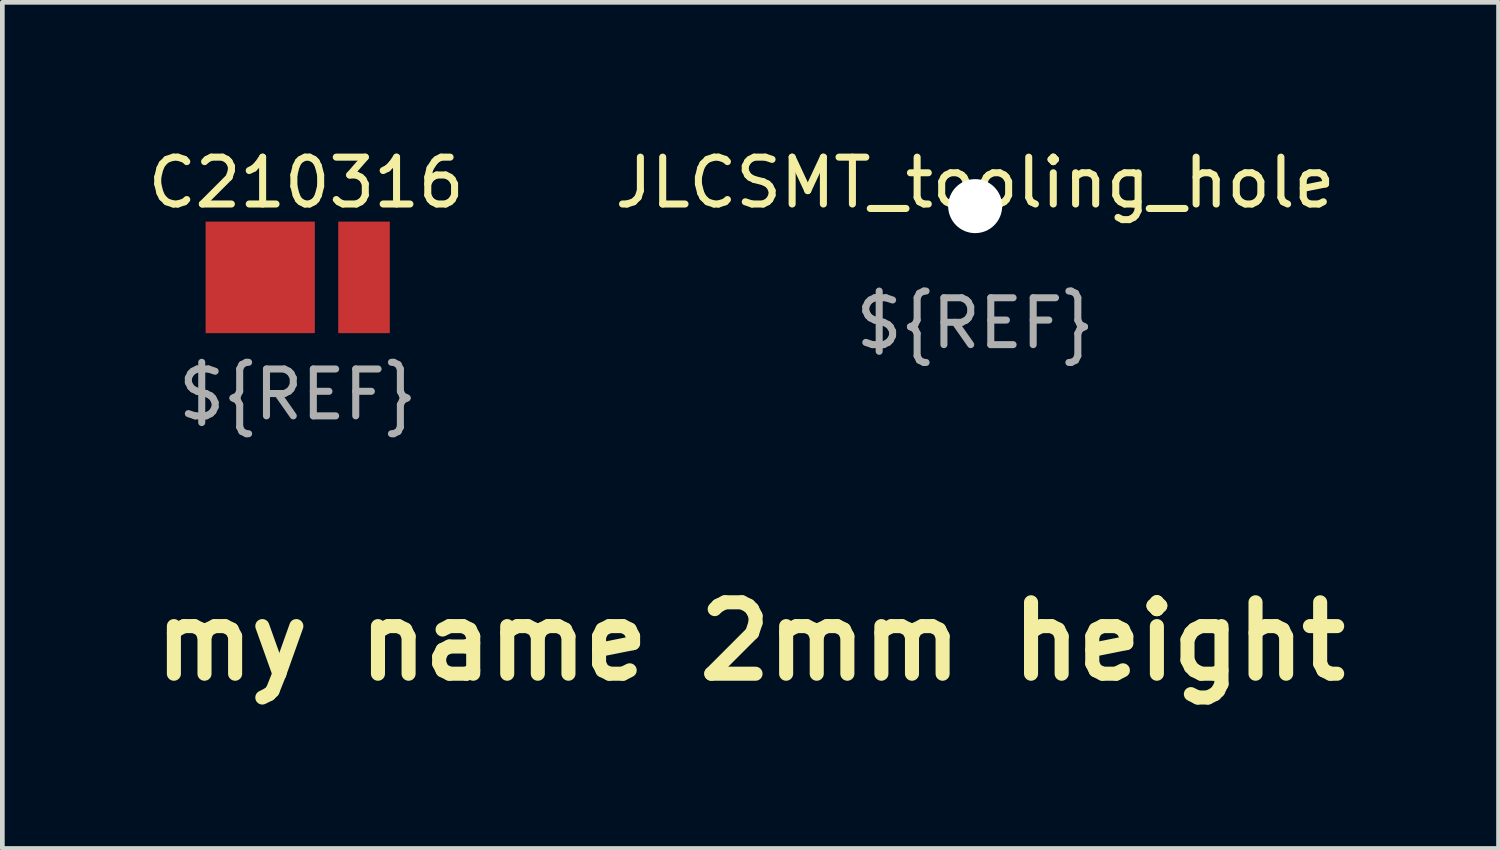
<source format=kicad_pcb>
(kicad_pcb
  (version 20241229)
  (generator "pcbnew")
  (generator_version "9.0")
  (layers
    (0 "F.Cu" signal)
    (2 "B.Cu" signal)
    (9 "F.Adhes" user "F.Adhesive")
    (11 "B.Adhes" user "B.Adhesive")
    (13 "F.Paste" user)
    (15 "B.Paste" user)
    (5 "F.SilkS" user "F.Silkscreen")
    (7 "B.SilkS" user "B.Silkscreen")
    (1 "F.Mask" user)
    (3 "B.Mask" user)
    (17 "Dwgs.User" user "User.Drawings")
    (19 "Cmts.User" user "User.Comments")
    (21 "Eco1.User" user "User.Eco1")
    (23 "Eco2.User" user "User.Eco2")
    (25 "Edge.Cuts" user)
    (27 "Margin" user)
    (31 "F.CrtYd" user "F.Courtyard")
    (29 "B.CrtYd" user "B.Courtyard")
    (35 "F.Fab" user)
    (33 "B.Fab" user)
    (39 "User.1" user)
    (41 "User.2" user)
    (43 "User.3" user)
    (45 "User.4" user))
  (footprint "JLCSMT_tooling_hole"
    (layer "F.Cu")
    (at 17.756 1.348)
    (property "Reference" "JLCSMT_tooling_hole" (at 0 -0.5 0) (unlocked yes) (layer "F.SilkS") (effects (font (size 1 1) (thickness 0.15))))
    (fp_text user "${REF}" (at 0 2.5 0) (unlocked yes) (layer "F.Fab") (effects (font (size 1 1) (thickness 0.15))))
    (pad "" np_thru_hole circle (at 0 0) (size 1.152 1.152) (drill 1.152) (layers "*.Cu" "*.Mask")))
  (footprint "my name 2mm height"
    (layer "F.Cu")
    (at 12.961 10.635)
    (property "Reference" "my name 2mm height" (at 0 0 0) (layer "F.SilkS") (effects (font (size 1.524 1.524) (thickness 0.3))))
    (attr board_only exclude_from_pos_files exclude_from_bom)
    (fp_poly (pts (xy -2.506 -0.989) (xy -2.451 -0.973) (xy -2.415 -0.947) (xy -2.398 -0.914) (xy -2.396 -0.874) (xy -2.403 -0.818) (xy -2.42 -0.747) (xy -2.445 -0.664) (xy -2.476 -0.572) (xy -2.514 -0.473) (xy -2.556 -0.369) (xy -2.602 -0.263) (xy -2.651 -0.158) (xy -2.702 -0.056) (xy -2.753 0.041) (xy -2.805 0.129) (xy -2.827 0.165) (xy -2.939 0.327) (xy -3.053 0.468) (xy -3.172 0.591) (xy -3.297 0.698) (xy -3.431 0.791) (xy -3.576 0.871) (xy -3.591 0.878) (xy -3.701 0.926) (xy -3.808 0.96) (xy -3.92 0.982) (xy -4.043 0.993) (xy -4.091 0.995) (xy -4.152 0.996) (xy -4.206 0.996) (xy -4.25 0.995) (xy -4.277 0.994) (xy -4.282 0.993) (xy -4.375 0.968) (xy -4.453 0.931) (xy -4.513 0.884) (xy -4.553 0.828) (xy -4.572 0.768) (xy -4.572 0.701) (xy -4.555 0.63) (xy -4.522 0.558) (xy -4.474 0.487) (xy -4.415 0.421) (xy -4.344 0.362) (xy -4.264 0.312) (xy -4.246 0.303) (xy -4.149 0.264) (xy -4.049 0.239) (xy -3.952 0.228) (xy -3.892 0.23) (xy -3.851 0.236) (xy -3.805 0.245) (xy -3.758 0.257) (xy -3.716 0.269) (xy -3.685 0.281) (xy -3.671 0.29) (xy -3.679 0.294) (xy -3.704 0.297) (xy -3.741 0.299) (xy -3.744 0.299) (xy -3.785 0.301) (xy -3.82 0.307) (xy -3.856 0.319) (xy -3.901 0.339) (xy -3.918 0.348) (xy -4 0.396) (xy -4.075 0.456) (xy -4.14 0.523) (xy -4.193 0.595) (xy -4.231 0.668) (xy -4.251 0.739) (xy -4.253 0.771) (xy -4.247 0.824) (xy -4.227 0.861) (xy -4.19 0.885) (xy -4.135 0.896) (xy -4.13 0.897) (xy -4.033 0.894) (xy -3.933 0.868) (xy -3.831 0.821) (xy -3.726 0.752) (xy -3.619 0.662) (xy -3.511 0.55) (xy -3.4 0.417) (xy -3.289 0.263) (xy -3.176 0.088) (xy -3.061 -0.107) (xy -3.041 -0.143) (xy -3.013 -0.197) (xy -2.98 -0.261) (xy -2.944 -0.332) (xy -2.906 -0.409) (xy -2.868 -0.488) (xy -2.831 -0.567) (xy -2.795 -0.643) (xy -2.763 -0.714) (xy -2.735 -0.777) (xy -2.713 -0.829) (xy -2.697 -0.868) (xy -2.69 -0.89) (xy -2.69 -0.895) (xy -2.704 -0.896) (xy -2.734 -0.89) (xy -2.777 -0.879) (xy -2.827 -0.864) (xy -2.88 -0.847) (xy -2.931 -0.829) (xy -2.977 -0.811) (xy -3.006 -0.798) (xy -3.107 -0.738) (xy -3.19 -0.667) (xy -3.256 -0.588) (xy -3.302 -0.501) (xy -3.328 -0.408) (xy -3.334 -0.312) (xy -3.318 -0.213) (xy -3.298 -0.152) (xy -3.284 -0.116) (xy -3.274 -0.089) (xy -3.271 -0.077) (xy -3.281 -0.075) (xy -3.307 -0.076) (xy -3.335 -0.079) (xy -3.443 -0.1) (xy -3.536 -0.132) (xy -3.612 -0.176) (xy -3.67 -0.231) (xy -3.705 -0.286) (xy -3.725 -0.345) (xy -3.73 -0.402) (xy -3.717 -0.46) (xy -3.686 -0.524) (xy -3.663 -0.561) (xy -3.6 -0.637) (xy -3.517 -0.708) (xy -3.416 -0.773) (xy -3.299 -0.832) (xy -3.167 -0.883) (xy -3.023 -0.927) (xy -2.87 -0.961) (xy -2.707 -0.985) (xy -2.673 -0.989) (xy -2.58 -0.994)) (stroke (width 0.1) (type solid)) (fill no) (layer "Eco1.User"))
    (fp_poly (pts (xy 1.943 -0.997) (xy 2.008 -0.981) (xy 2.059 -0.951) (xy 2.094 -0.911) (xy 2.112 -0.863) (xy 2.113 -0.845) (xy 2.111 -0.829) (xy 2.105 -0.805) (xy 2.095 -0.772) (xy 2.08 -0.729) (xy 2.06 -0.675) (xy 2.033 -0.608) (xy 1.999 -0.527) (xy 1.958 -0.43) (xy 1.909 -0.316) (xy 1.852 -0.183) (xy 1.829 -0.129) (xy 1.753 0.048) (xy 1.684 0.207) (xy 1.623 0.348) (xy 1.571 0.47) (xy 1.527 0.572) (xy 1.491 0.656) (xy 1.464 0.72) (xy 1.445 0.764) (xy 1.436 0.787) (xy 1.435 0.79) (xy 1.428 0.802) (xy 1.413 0.807) (xy 1.386 0.806) (xy 1.363 0.804) (xy 1.264 0.784) (xy 1.182 0.751) (xy 1.116 0.703) (xy 1.067 0.644) (xy 1.042 0.594) (xy 1.016 0.526) (xy 0.99 0.443) (xy 0.964 0.348) (xy 0.94 0.244) (xy 0.917 0.136) (xy 0.898 0.027) (xy 0.882 -0.08) (xy 0.871 -0.181) (xy 0.865 -0.272) (xy 0.864 -0.303) (xy 0.864 -0.355) (xy 0.862 -0.388) (xy 0.86 -0.404) (xy 0.855 -0.407) (xy 0.848 -0.4) (xy 0.843 -0.393) (xy 0.834 -0.378) (xy 0.816 -0.345) (xy 0.79 -0.296) (xy 0.756 -0.232) (xy 0.717 -0.156) (xy 0.672 -0.069) (xy 0.623 0.026) (xy 0.571 0.128) (xy 0.533 0.202) (xy 0.479 0.308) (xy 0.428 0.408) (xy 0.38 0.5) (xy 0.337 0.584) (xy 0.3 0.656) (xy 0.269 0.715) (xy 0.246 0.759) (xy 0.232 0.787) (xy 0.227 0.795) (xy 0.204 0.814) (xy 0.169 0.82) (xy 0.118 0.811) (xy 0.083 0.8) (xy 0.023 0.775) (xy -0.02 0.747) (xy -0.051 0.713) (xy -0.057 0.705) (xy -0.071 0.677) (xy -0.078 0.651) (xy -0.078 0.622) (xy -0.068 0.588) (xy -0.049 0.545) (xy -0.018 0.49) (xy 0.023 0.419) (xy 0.026 0.414) (xy 0.097 0.298) (xy 0.174 0.174) (xy 0.254 0.045) (xy 0.336 -0.087) (xy 0.42 -0.219) (xy 0.502 -0.35) (xy 0.583 -0.476) (xy 0.66 -0.596) (xy 0.732 -0.706) (xy 0.797 -0.806) (xy 0.855 -0.893) (xy 0.903 -0.964) (xy 0.924 -0.994) (xy 0.94 -0.999) (xy 0.968 -0.993) (xy 1.003 -0.98) (xy 1.038 -0.96) (xy 1.063 -0.942) (xy 1.081 -0.926) (xy 1.096 -0.911) (xy 1.108 -0.896) (xy 1.118 -0.878) (xy 1.126 -0.855) (xy 1.132 -0.824) (xy 1.137 -0.785) (xy 1.14 -0.733) (xy 1.142 -0.668) (xy 1.144 -0.588) (xy 1.146 -0.489) (xy 1.148 -0.37) (xy 1.148 -0.36) (xy 1.15 -0.22) (xy 1.153 -0.101) (xy 1.156 0.001) (xy 1.16 0.088) (xy 1.164 0.162) (xy 1.17 0.225) (xy 1.176 0.282) (xy 1.184 0.332) (xy 1.193 0.38) (xy 1.193 0.382) (xy 1.206 0.444) (xy 1.269 0.315) (xy 1.289 0.273) (xy 1.317 0.215) (xy 1.351 0.143) (xy 1.389 0.061) (xy 1.431 -0.027) (xy 1.474 -0.119) (xy 1.505 -0.186) (xy 1.551 -0.283) (xy 1.599 -0.385) (xy 1.648 -0.487) (xy 1.694 -0.585) (xy 1.737 -0.673) (xy 1.774 -0.748) (xy 1.79 -0.78) (xy 1.901 -1.003)) (stroke (width 0.1) (type solid)) (fill no) (layer "Eco1.User"))
    (fp_poly (pts (xy -1.886 -0.296) (xy -1.824 -0.274) (xy -1.778 -0.236) (xy -1.748 -0.182) (xy -1.734 -0.114) (xy -1.736 -0.033) (xy -1.756 0.057) (xy -1.791 0.152) (xy -1.842 0.247) (xy -1.869 0.289) (xy -1.891 0.324) (xy -1.898 0.343) (xy -1.893 0.348) (xy -1.863 0.341) (xy -1.821 0.318) (xy -1.769 0.283) (xy -1.717 0.242) (xy -1.686 0.216) (xy -1.662 0.192) (xy -1.641 0.166) (xy -1.62 0.133) (xy -1.596 0.088) (xy -1.566 0.031) (xy -1.52 -0.062) (xy -1.48 -0.136) (xy -1.447 -0.194) (xy -1.417 -0.237) (xy -1.39 -0.268) (xy -1.363 -0.287) (xy -1.334 -0.298) (xy -1.302 -0.302) (xy -1.265 -0.302) (xy -1.258 -0.301) (xy -1.22 -0.296) (xy -1.189 -0.289) (xy -1.176 -0.283) (xy -1.171 -0.278) (xy -1.167 -0.274) (xy -1.166 -0.267) (xy -1.168 -0.255) (xy -1.175 -0.235) (xy -1.186 -0.205) (xy -1.203 -0.163) (xy -1.227 -0.105) (xy -1.259 -0.03) (xy -1.268 -0.007) (xy -1.315 0.103) (xy -1.162 -0.043) (xy -1.108 -0.094) (xy -1.053 -0.144) (xy -1.001 -0.188) (xy -0.958 -0.224) (xy -0.932 -0.243) (xy -0.89 -0.27) (xy -0.858 -0.287) (xy -0.829 -0.295) (xy -0.799 -0.297) (xy -0.759 -0.295) (xy -0.732 -0.284) (xy -0.713 -0.27) (xy -0.697 -0.252) (xy -0.688 -0.234) (xy -0.686 -0.209) (xy -0.689 -0.173) (xy -0.69 -0.153) (xy -0.693 -0.134) (xy -0.698 -0.113) (xy -0.706 -0.089) (xy -0.717 -0.058) (xy -0.733 -0.018) (xy -0.754 0.032) (xy -0.782 0.095) (xy -0.816 0.174) (xy -0.859 0.27) (xy -0.874 0.303) (xy -0.905 0.373) (xy -0.927 0.424) (xy -0.942 0.461) (xy -0.95 0.484) (xy -0.951 0.498) (xy -0.948 0.504) (xy -0.94 0.506) (xy -0.919 0.498) (xy -0.886 0.475) (xy -0.84 0.436) (xy -0.781 0.381) (xy -0.709 0.308) (xy -0.647 0.243) (xy -0.584 0.179) (xy -0.536 0.131) (xy -0.501 0.099) (xy -0.479 0.083) (xy -0.47 0.081) (xy -0.462 0.111) (xy -0.464 0.15) (xy -0.476 0.188) (xy -0.477 0.189) (xy -0.492 0.211) (xy -0.522 0.244) (xy -0.563 0.287) (xy -0.612 0.336) (xy -0.665 0.387) (xy -0.72 0.439) (xy -0.774 0.487) (xy -0.824 0.53) (xy -0.866 0.564) (xy -0.876 0.572) (xy -0.937 0.616) (xy -0.985 0.648) (xy -1.023 0.668) (xy -1.057 0.68) (xy -1.089 0.684) (xy -1.121 0.683) (xy -1.179 0.672) (xy -1.219 0.649) (xy -1.241 0.614) (xy -1.245 0.59) (xy -1.243 0.546) (xy -1.229 0.485) (xy -1.205 0.411) (xy -1.172 0.326) (xy -1.131 0.232) (xy -1.117 0.204) (xy -1.083 0.13) (xy -1.06 0.075) (xy -1.048 0.037) (xy -1.047 0.016) (xy -1.059 0.012) (xy -1.084 0.026) (xy -1.122 0.056) (xy -1.173 0.104) (xy -1.24 0.168) (xy -1.252 0.18) (xy -1.308 0.236) (xy -1.352 0.28) (xy -1.384 0.315) (xy -1.408 0.343) (xy -1.426 0.369) (xy -1.441 0.395) (xy -1.455 0.425) (xy -1.465 0.449) (xy -1.502 0.53) (xy -1.536 0.591) (xy -1.571 0.635) (xy -1.607 0.664) (xy -1.648 0.68) (xy -1.695 0.686) (xy -1.702 0.686) (xy -1.742 0.682) (xy -1.769 0.669) (xy -1.782 0.658) (xy -1.801 0.636) (xy -1.809 0.62) (xy -1.809 0.619) (xy -1.806 0.604) (xy -1.796 0.573) (xy -1.781 0.53) (xy -1.767 0.491) (xy -1.724 0.376) (xy -1.809 0.419) (xy -1.861 0.443) (xy -1.914 0.461) (xy -1.956 0.471) (xy -1.992 0.478) (xy -2.026 0.492) (xy -2.063 0.515) (xy -2.094 0.538) (xy -2.199 0.608) (xy -2.3 0.656) (xy -2.381 0.681) (xy -2.449 0.692) (xy -2.503 0.695) (xy -2.553 0.688) (xy -2.584 0.68) (xy -2.644 0.65) (xy -2.69 0.604) (xy -2.722 0.545) (xy -2.729 0.516) (xy -2.486 0.516) (xy -2.477 0.55) (xy -2.473 0.556) (xy -2.447 0.571) (xy -2.41 0.571) (xy -2.368 0.557) (xy -2.341 0.541) (xy -2.312 0.517) (xy -2.281 0.486) (xy -2.252 0.453) (xy -2.228 0.424) (xy -2.215 0.402) (xy -2.214 0.397) (xy -2.219 0.382) (xy -2.231 0.355) (xy -2.237 0.343) (xy -2.256 0.285) (xy -2.255 0.231) (xy -2.234 0.185) (xy -2.193 0.148) (xy -2.18 0.14) (xy -2.143 0.127) (xy -2.106 0.124) (xy -2.077 0.131) (xy -2.072 0.136) (xy -2.062 0.133) (xy -2.048 0.112) (xy -2.031 0.078) (xy -2.013 0.034) (xy -1.995 -0.015) (xy -1.978 -0.065) (xy -1.966 -0.112) (xy -1.958 -0.153) (xy -1.956 -0.176) (xy -1.961 -0.214) (xy -1.978 -0.233) (xy -1.993 -0.236) (xy -2.038 -0.225) (xy -2.089 -0.197) (xy -2.144 -0.152) (xy -2.202 -0.094) (xy -2.26 -0.024) (xy -2.316 0.055) (xy -2.367 0.14) (xy -2.392 0.188) (xy -2.427 0.263) (xy -2.454 0.337) (xy -2.473 0.406) (xy -2.484 0.467) (xy -2.486 0.516) (xy -2.729 0.516) (xy -2.738 0.475) (xy -2.737 0.406) (xy -2.715 0.307) (xy -2.674 0.204) (xy -2.618 0.102) (xy -2.55 0.005) (xy -2.471 -0.081) (xy -2.398 -0.144) (xy -2.296 -0.213) (xy -2.197 -0.261) (xy -2.097 -0.29) (xy -1.993 -0.303) (xy -1.964 -0.303)) (stroke (width 0.1) (type solid)) (fill no) (layer "Eco1.User"))
    (fp_poly (pts (xy 4.495 -0.726) (xy 4.534 -0.718) (xy 4.56 -0.705) (xy 4.563 -0.703) (xy 4.564 -0.695) (xy 4.56 -0.678) (xy 4.551 -0.651) (xy 4.536 -0.612) (xy 4.515 -0.56) (xy 4.488 -0.494) (xy 4.453 -0.412) (xy 4.41 -0.313) (xy 4.358 -0.196) (xy 4.322 -0.114) (xy 4.275 -0.006) (xy 4.23 0.095) (xy 4.19 0.189) (xy 4.154 0.273) (xy 4.123 0.346) (xy 4.098 0.405) (xy 4.08 0.449) (xy 4.07 0.476) (xy 4.068 0.483) (xy 4.076 0.502) (xy 4.088 0.506) (xy 4.101 0.498) (xy 4.127 0.476) (xy 4.164 0.442) (xy 4.21 0.399) (xy 4.263 0.347) (xy 4.321 0.29) (xy 4.324 0.286) (xy 4.388 0.222) (xy 4.439 0.171) (xy 4.477 0.134) (xy 4.505 0.109) (xy 4.524 0.093) (xy 4.537 0.085) (xy 4.544 0.085) (xy 4.549 0.09) (xy 4.551 0.094) (xy 4.558 0.117) (xy 4.557 0.14) (xy 4.549 0.165) (xy 4.53 0.195) (xy 4.501 0.232) (xy 4.459 0.277) (xy 4.402 0.334) (xy 4.363 0.373) (xy 4.267 0.464) (xy 4.183 0.538) (xy 4.111 0.596) (xy 4.048 0.638) (xy 3.993 0.666) (xy 3.946 0.681) (xy 3.93 0.683) (xy 3.867 0.68) (xy 3.816 0.659) (xy 3.781 0.623) (xy 3.771 0.607) (xy 3.768 0.59) (xy 3.771 0.565) (xy 3.78 0.527) (xy 3.781 0.521) (xy 3.793 0.476) (xy 3.806 0.434) (xy 3.816 0.408) (xy 3.822 0.391) (xy 3.822 0.384) (xy 3.813 0.389) (xy 3.792 0.406) (xy 3.758 0.438) (xy 3.756 0.439) (xy 3.702 0.487) (xy 3.643 0.536) (xy 3.582 0.583) (xy 3.525 0.623) (xy 3.477 0.654) (xy 3.457 0.666) (xy 3.405 0.684) (xy 3.35 0.69) (xy 3.299 0.684) (xy 3.262 0.667) (xy 3.245 0.651) (xy 3.236 0.634) (xy 3.232 0.607) (xy 3.232 0.576) (xy 3.233 0.509) (xy 3.17 0.557) (xy 3.126 0.589) (xy 3.074 0.621) (xy 3.031 0.646) (xy 2.986 0.667) (xy 2.951 0.679) (xy 2.913 0.685) (xy 2.875 0.686) (xy 2.833 0.685) (xy 2.805 0.681) (xy 2.785 0.671) (xy 2.766 0.655) (xy 2.765 0.654) (xy 2.737 0.614) (xy 2.724 0.566) (xy 2.725 0.514) (xy 3.023 0.514) (xy 3.032 0.525) (xy 3.055 0.528) (xy 3.084 0.521) (xy 3.111 0.509) (xy 3.14 0.489) (xy 3.176 0.463) (xy 3.213 0.433) (xy 3.248 0.404) (xy 3.275 0.38) (xy 3.291 0.363) (xy 3.293 0.359) (xy 3.298 0.346) (xy 3.31 0.316) (xy 3.329 0.273) (xy 3.353 0.22) (xy 3.372 0.179) (xy 3.398 0.122) (xy 3.42 0.073) (xy 3.437 0.035) (xy 3.448 0.012) (xy 3.45 0.006) (xy 3.441 -0.000049) (xy 3.417 -0.009) (xy 3.411 -0.011) (xy 3.383 -0.024) (xy 3.372 -0.035) (xy 3.38 -0.043) (xy 3.395 -0.045) (xy 3.432 -0.052) (xy 3.474 -0.071) (xy 3.516 -0.098) (xy 3.552 -0.129) (xy 3.577 -0.16) (xy 3.585 -0.186) (xy 3.578 -0.217) (xy 3.558 -0.232) (xy 3.528 -0.232) (xy 3.488 -0.218) (xy 3.443 -0.19) (xy 3.393 -0.15) (xy 3.341 -0.1) (xy 3.317 -0.072) (xy 3.272 -0.014) (xy 3.225 0.055) (xy 3.179 0.131) (xy 3.136 0.211) (xy 3.097 0.29) (xy 3.065 0.365) (xy 3.04 0.432) (xy 3.026 0.487) (xy 3.023 0.514) (xy 2.725 0.514) (xy 2.725 0.505) (xy 2.733 0.459) (xy 2.741 0.421) (xy 2.745 0.394) (xy 2.746 0.382) (xy 2.746 0.382) (xy 2.736 0.389) (xy 2.713 0.407) (xy 2.681 0.434) (xy 2.657 0.454) (xy 2.571 0.52) (xy 2.477 0.581) (xy 2.384 0.632) (xy 2.324 0.66) (xy 2.26 0.679) (xy 2.188 0.691) (xy 2.117 0.694) (xy 2.053 0.688) (xy 2.027 0.681) (xy 1.955 0.649) (xy 1.902 0.606) (xy 1.867 0.549) (xy 1.848 0.479) (xy 1.846 0.463) (xy 1.849 0.384) (xy 1.869 0.297) (xy 1.904 0.206) (xy 1.904 0.206) (xy 2.192 0.206) (xy 2.201 0.206) (xy 2.227 0.197) (xy 2.266 0.181) (xy 2.314 0.158) (xy 2.332 0.149) (xy 2.42 0.099) (xy 2.497 0.044) (xy 2.559 -0.014) (xy 2.605 -0.073) (xy 2.633 -0.129) (xy 2.641 -0.176) (xy 2.64 -0.207) (xy 2.634 -0.221) (xy 2.618 -0.225) (xy 2.607 -0.225) (xy 2.56 -0.215) (xy 2.506 -0.186) (xy 2.447 -0.142) (xy 2.387 -0.083) (xy 2.327 -0.013) (xy 2.269 0.068) (xy 2.227 0.136) (xy 2.209 0.17) (xy 2.196 0.195) (xy 2.192 0.206) (xy 1.904 0.206) (xy 1.952 0.115) (xy 2.012 0.027) (xy 2.082 -0.053) (xy 2.103 -0.074) (xy 2.211 -0.163) (xy 2.321 -0.23) (xy 2.435 -0.275) (xy 2.55 -0.298) (xy 2.579 -0.301) (xy 2.659 -0.301) (xy 2.722 -0.294) (xy 2.771 -0.276) (xy 2.811 -0.248) (xy 2.817 -0.242) (xy 2.84 -0.216) (xy 2.851 -0.192) (xy 2.855 -0.159) (xy 2.855 -0.145) (xy 2.849 -0.089) (xy 2.83 -0.038) (xy 2.796 0.014) (xy 2.744 0.071) (xy 2.731 0.082) (xy 2.657 0.143) (xy 2.572 0.195) (xy 2.481 0.238) (xy 2.39 0.27) (xy 2.302 0.287) (xy 2.223 0.289) (xy 2.218 0.289) (xy 2.158 0.283) (xy 2.14 0.345) (xy 2.126 0.414) (xy 2.128 0.474) (xy 2.143 0.522) (xy 2.164 0.549) (xy 2.187 0.565) (xy 2.21 0.572) (xy 2.243 0.571) (xy 2.255 0.57) (xy 2.32 0.555) (xy 2.395 0.523) (xy 2.477 0.477) (xy 2.562 0.419) (xy 2.648 0.351) (xy 2.731 0.275) (xy 2.81 0.193) (xy 2.881 0.108) (xy 2.901 0.082) (xy 2.992 -0.029) (xy 3.094 -0.125) (xy 3.204 -0.203) (xy 3.318 -0.262) (xy 3.326 -0.266) (xy 3.396 -0.288) (xy 3.47 -0.302) (xy 3.543 -0.307) (xy 3.613 -0.304) (xy 3.674 -0.292) (xy 3.724 -0.273) (xy 3.758 -0.247) (xy 3.765 -0.237) (xy 3.776 -0.193) (xy 3.768 -0.148) (xy 3.748 -0.115) (xy 3.731 -0.093) (xy 3.727 -0.08) (xy 3.736 -0.071) (xy 3.743 -0.066) (xy 3.757 -0.055) (xy 3.761 -0.042) (xy 3.754 -0.021) (xy 3.748 -0.006) (xy 3.737 0.021) (xy 3.718 0.062) (xy 3.694 0.114) (xy 3.667 0.171) (xy 3.658 0.191) (xy 3.62 0.272) (xy 3.589 0.344) (xy 3.565 0.405) (xy 3.548 0.454) (xy 3.539 0.487) (xy 3.54 0.503) (xy 3.542 0.504) (xy 3.56 0.501) (xy 3.591 0.48) (xy 3.635 0.444) (xy 3.691 0.389) (xy 3.76 0.318) (xy 3.783 0.294) (xy 3.835 0.238) (xy 3.874 0.194) (xy 3.904 0.158) (xy 3.926 0.126) (xy 3.945 0.095) (xy 3.962 0.06) (xy 3.977 0.027) (xy 4.007 -0.038) (xy 4.041 -0.111) (xy 4.079 -0.19) (xy 4.118 -0.271) (xy 4.158 -0.352) (xy 4.197 -0.43) (xy 4.234 -0.502) (xy 4.266 -0.565) (xy 4.294 -0.617) (xy 4.315 -0.654) (xy 4.329 -0.675) (xy 4.33 -0.676) (xy 4.359 -0.699) (xy 4.397 -0.717) (xy 4.406 -0.719) (xy 4.45 -0.726)) (stroke (width 0.1) (type solid)) (fill no) (layer "Eco1.User")))
  (footprint "C210316"
    (layer "F.Cu")
    (at 3.302 2.868)
    (property "Reference" "C210316" (at 0.18 -2.02 0) (unlocked yes) (layer "F.SilkS") (effects (font (size 1 1) (thickness 0.15))))
    (fp_text user "${REF}" (at 0 2.5 0) (unlocked yes) (layer "F.Fab") (effects (font (size 1 1) (thickness 0.15))))
    (pad "1" smd rect (at -0.8 0) (size 2.33 2.38) (layers "F.Cu" "F.Mask" "F.Paste"))
    (pad "2" smd rect (at 1.415 0) (size 1.1 2.38) (layers "F.Cu" "F.Mask" "F.Paste")))
  (gr_rect
    (start -3 -3)
    (end 28.923 15.053)
    (stroke (width 0.1) (type default))
    (fill no)
    (layer "Edge.Cuts")))
</source>
